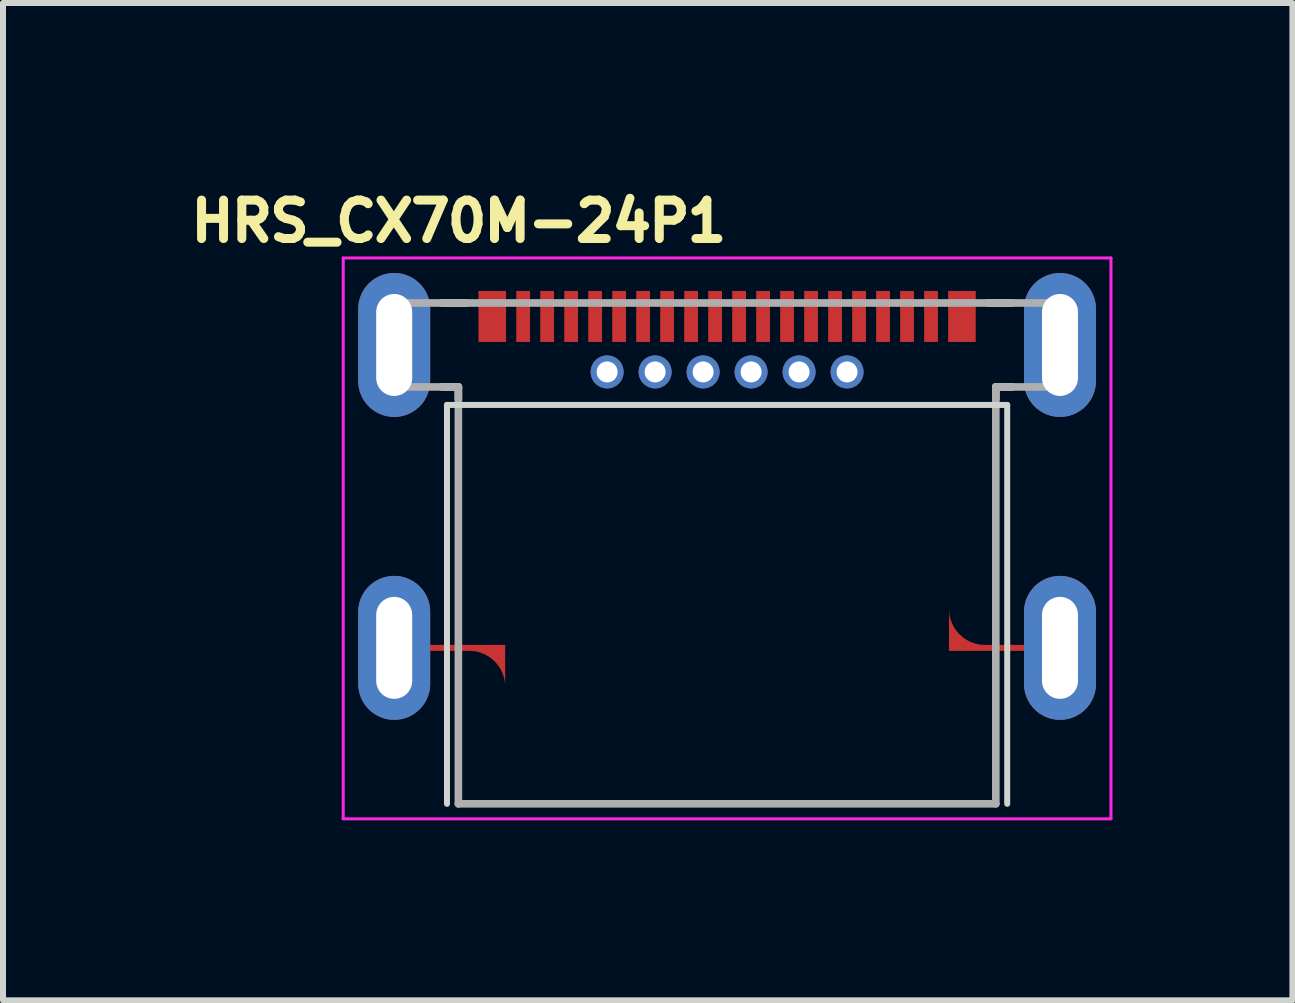
<source format=kicad_pcb>
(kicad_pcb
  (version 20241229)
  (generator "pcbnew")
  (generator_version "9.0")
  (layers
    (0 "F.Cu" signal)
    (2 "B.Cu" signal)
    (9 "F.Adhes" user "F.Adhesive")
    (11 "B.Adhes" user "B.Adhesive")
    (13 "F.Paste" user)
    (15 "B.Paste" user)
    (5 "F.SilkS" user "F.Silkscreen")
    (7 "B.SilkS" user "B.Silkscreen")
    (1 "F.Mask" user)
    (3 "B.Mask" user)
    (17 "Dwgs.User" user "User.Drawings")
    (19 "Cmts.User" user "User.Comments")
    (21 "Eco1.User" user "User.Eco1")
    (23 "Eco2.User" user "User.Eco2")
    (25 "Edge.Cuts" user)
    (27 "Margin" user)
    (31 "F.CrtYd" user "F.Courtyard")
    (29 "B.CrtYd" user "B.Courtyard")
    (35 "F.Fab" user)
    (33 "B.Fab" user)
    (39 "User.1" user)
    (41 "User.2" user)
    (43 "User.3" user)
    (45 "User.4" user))
  (footprint "HRS_CX70M-24P1"
    (layer "F.Cu")
    (at 9.072 7.97)
    (property "Reference" "HRS_CX70M-24P1" (at -4.473 -7.332 0) (layer "F.SilkS") (effects (font (size 0.641 0.641) (thickness 0.15))))
    (attr through_hole)
    (fp_poly (pts (xy -5.607 -1.519) (xy -4.75 -1.519) (xy -4.75 1.083) (xy -5.607 1.083)) (stroke (width 0.01) (type solid)) (fill yes) (layer "F.Mask"))
    (fp_poly (pts (xy 4.75 -1.519) (xy 5.55 -1.519) (xy 5.55 1.081) (xy 4.75 1.081)) (stroke (width 0.01) (type solid)) (fill yes) (layer "F.Mask"))
    (fp_line (start -4.75 -5.969) (end -4.35 -5.969) (stroke (width 0.127) (type solid)) (layer "F.SilkS"))
    (fp_line (start -4.75 -4.569) (end -4.48 -4.569) (stroke (width 0.127) (type solid)) (layer "F.SilkS"))
    (fp_line (start -4.48 -4.569) (end -4.48 -4.369) (stroke (width 0.127) (type solid)) (layer "F.SilkS"))
    (fp_line (start 4.35 -5.969) (end 4.75 -5.969) (stroke (width 0.127) (type solid)) (layer "F.SilkS"))
    (fp_line (start 4.48 -4.569) (end 4.48 -4.369) (stroke (width 0.127) (type solid)) (layer "F.SilkS"))
    (fp_line (start 4.75 -4.569) (end 4.48 -4.569) (stroke (width 0.127) (type solid)) (layer "F.SilkS"))
    (fp_poly (pts (xy -5.55 -1.419) (xy -4.85 -1.419) (xy -4.85 0.981) (xy -5.55 0.981) (xy -5.519 0.98) (xy -5.487 0.978) (xy -5.456 0.974) (xy -5.425 0.968) (xy -5.395 0.961) (xy -5.365 0.952) (xy -5.335 0.941) (xy -5.306 0.929) (xy -5.278 0.916) (xy -5.25 0.901) (xy -5.223 0.884) (xy -5.197 0.866) (xy -5.172 0.847) (xy -5.149 0.827) (xy -5.126 0.805) (xy -5.104 0.782) (xy -5.084 0.759) (xy -5.065 0.734) (xy -5.047 0.708) (xy -5.03 0.681) (xy -5.015 0.653) (xy -5.002 0.625) (xy -4.99 0.596) (xy -4.979 0.566) (xy -4.97 0.536) (xy -4.963 0.506) (xy -4.957 0.475) (xy -4.953 0.444) (xy -4.951 0.412) (xy -4.95 0.381) (xy -4.95 -0.819) (xy -4.951 -0.85) (xy -4.953 -0.882) (xy -4.957 -0.913) (xy -4.963 -0.944) (xy -4.97 -0.974) (xy -4.979 -1.004) (xy -4.99 -1.034) (xy -5.002 -1.063) (xy -5.015 -1.091) (xy -5.03 -1.119) (xy -5.047 -1.146) (xy -5.065 -1.172) (xy -5.084 -1.197) (xy -5.104 -1.22) (xy -5.126 -1.243) (xy -5.149 -1.265) (xy -5.172 -1.285) (xy -5.197 -1.304) (xy -5.223 -1.322) (xy -5.25 -1.339) (xy -5.278 -1.354) (xy -5.306 -1.367) (xy -5.335 -1.379) (xy -5.365 -1.39) (xy -5.395 -1.399) (xy -5.425 -1.406) (xy -5.456 -1.412) (xy -5.487 -1.416) (xy -5.519 -1.418) (xy -5.55 -1.419)) (stroke (width 0.0001) (type solid)) (fill yes) (layer "F.Paste"))
    (fp_poly (pts (xy 5.55 -1.419) (xy 4.85 -1.419) (xy 4.85 0.981) (xy 5.55 0.981) (xy 5.519 0.98) (xy 5.487 0.978) (xy 5.456 0.974) (xy 5.425 0.968) (xy 5.395 0.961) (xy 5.365 0.952) (xy 5.335 0.941) (xy 5.306 0.929) (xy 5.278 0.916) (xy 5.25 0.901) (xy 5.223 0.884) (xy 5.197 0.866) (xy 5.172 0.847) (xy 5.149 0.827) (xy 5.126 0.805) (xy 5.104 0.782) (xy 5.084 0.759) (xy 5.065 0.734) (xy 5.047 0.708) (xy 5.03 0.681) (xy 5.015 0.653) (xy 5.002 0.625) (xy 4.99 0.596) (xy 4.979 0.566) (xy 4.97 0.536) (xy 4.963 0.506) (xy 4.957 0.475) (xy 4.953 0.444) (xy 4.951 0.412) (xy 4.95 0.381) (xy 4.95 -0.819) (xy 4.951 -0.85) (xy 4.953 -0.882) (xy 4.957 -0.913) (xy 4.963 -0.944) (xy 4.97 -0.974) (xy 4.979 -1.004) (xy 4.99 -1.034) (xy 5.002 -1.063) (xy 5.015 -1.091) (xy 5.03 -1.119) (xy 5.047 -1.146) (xy 5.065 -1.172) (xy 5.084 -1.197) (xy 5.104 -1.22) (xy 5.126 -1.243) (xy 5.149 -1.265) (xy 5.172 -1.285) (xy 5.197 -1.304) (xy 5.223 -1.322) (xy 5.25 -1.339) (xy 5.278 -1.354) (xy 5.306 -1.367) (xy 5.335 -1.379) (xy 5.365 -1.39) (xy 5.395 -1.399) (xy 5.425 -1.406) (xy 5.456 -1.412) (xy 5.487 -1.416) (xy 5.519 -1.418) (xy 5.55 -1.419)) (stroke (width 0.0001) (type solid)) (fill yes) (layer "F.Paste"))
    (fp_line (start -4.67 -4.269) (end 4.67 -4.269) (stroke (width 0.1) (type solid)) (layer "Edge.Cuts"))
    (fp_line (start -4.67 2.381) (end -4.67 -4.269) (stroke (width 0.1) (type solid)) (layer "Edge.Cuts"))
    (fp_line (start 4.67 -4.269) (end 4.67 2.381) (stroke (width 0.1) (type solid)) (layer "Edge.Cuts"))
    (fp_line (start -6.4 -6.719) (end 6.4 -6.719) (stroke (width 0.05) (type solid)) (layer "F.CrtYd"))
    (fp_line (start -6.4 2.631) (end -6.4 -6.719) (stroke (width 0.05) (type solid)) (layer "F.CrtYd"))
    (fp_line (start 6.4 -6.719) (end 6.4 2.631) (stroke (width 0.05) (type solid)) (layer "F.CrtYd"))
    (fp_line (start 6.4 2.631) (end -6.4 2.631) (stroke (width 0.05) (type solid)) (layer "F.CrtYd"))
    (fp_line (start -5.7 -5.969) (end -5.7 -4.569) (stroke (width 0.127) (type solid)) (layer "F.Fab"))
    (fp_line (start -5.7 -5.969) (end 5.7 -5.969) (stroke (width 0.127) (type solid)) (layer "F.Fab"))
    (fp_line (start -5.7 -4.569) (end -4.48 -4.569) (stroke (width 0.127) (type solid)) (layer "F.Fab"))
    (fp_line (start -4.48 2.381) (end -4.48 -4.569) (stroke (width 0.127) (type solid)) (layer "F.Fab"))
    (fp_line (start 4.48 -4.569) (end 4.48 2.381) (stroke (width 0.127) (type solid)) (layer "F.Fab"))
    (fp_line (start 4.48 -4.569) (end 5.7 -4.569) (stroke (width 0.127) (type solid)) (layer "F.Fab"))
    (fp_line (start 4.48 2.381) (end -4.48 2.381) (stroke (width 0.127) (type solid)) (layer "F.Fab"))
    (fp_line (start 5.7 -5.969) (end 5.7 -4.569) (stroke (width 0.127) (type solid)) (layer "F.Fab"))
    (pad "A1" smd rect (at -2.2 -5.744 90) (size 0.85 0.23) (layers "F.Cu" "F.Mask" "F.Paste"))
    (pad "A2" smd rect (at -1.8 -5.744 90) (size 0.85 0.23) (layers "F.Cu" "F.Mask" "F.Paste"))
    (pad "A3" smd rect (at -1.4 -5.744 90) (size 0.85 0.23) (layers "F.Cu" "F.Mask" "F.Paste"))
    (pad "A4" smd rect (at -1 -5.744 90) (size 0.85 0.23) (layers "F.Cu" "F.Mask" "F.Paste"))
    (pad "A5" smd rect (at -0.6 -5.744 90) (size 0.85 0.23) (layers "F.Cu" "F.Mask" "F.Paste"))
    (pad "A6" smd rect (at -0.2 -5.744 90) (size 0.85 0.23) (layers "F.Cu" "F.Mask" "F.Paste"))
    (pad "A7" smd rect (at 0.2 -5.744 90) (size 0.85 0.23) (layers "F.Cu" "F.Mask" "F.Paste"))
    (pad "A8" smd rect (at 0.6 -5.744 90) (size 0.85 0.23) (layers "F.Cu" "F.Mask" "F.Paste"))
    (pad "A9" smd rect (at 1 -5.744 90) (size 0.85 0.23) (layers "F.Cu" "F.Mask" "F.Paste"))
    (pad "A10" smd rect (at 1.4 -5.744 90) (size 0.85 0.23) (layers "F.Cu" "F.Mask" "F.Paste"))
    (pad "A11" smd rect (at 1.8 -5.744 90) (size 0.85 0.23) (layers "F.Cu" "F.Mask" "F.Paste"))
    (pad "A12" smd rect (at 2.2 -5.744 90) (size 0.85 0.23) (layers "F.Cu" "F.Mask" "F.Paste"))
    (pad "B1" smd rect (at 3.4 -5.744 90) (size 0.85 0.23) (layers "F.Cu" "F.Mask" "F.Paste"))
    (pad "B2" smd rect (at 3 -5.744 90) (size 0.85 0.23) (layers "F.Cu" "F.Mask" "F.Paste"))
    (pad "B3" smd rect (at 2.6 -5.744 90) (size 0.85 0.23) (layers "F.Cu" "F.Mask" "F.Paste"))
    (pad "B4" thru_hole circle (at 2 -4.819) (size 0.55 0.55) (drill 0.35) (layers "*.Cu" "*.Mask"))
    (pad "B5" thru_hole circle (at 1.2 -4.819) (size 0.55 0.55) (drill 0.35) (layers "*.Cu" "*.Mask"))
    (pad "B6" thru_hole circle (at 0.4 -4.819) (size 0.55 0.55) (drill 0.35) (layers "*.Cu" "*.Mask"))
    (pad "B7" thru_hole circle (at -0.4 -4.819) (size 0.55 0.55) (drill 0.35) (layers "*.Cu" "*.Mask"))
    (pad "B8" thru_hole circle (at -1.2 -4.819) (size 0.55 0.55) (drill 0.35) (layers "*.Cu" "*.Mask"))
    (pad "B9" thru_hole circle (at -2 -4.819) (size 0.55 0.55) (drill 0.35) (layers "*.Cu" "*.Mask"))
    (pad "B10" smd rect (at -2.6 -5.744 90) (size 0.85 0.23) (layers "F.Cu" "F.Mask" "F.Paste"))
    (pad "B11" smd rect (at -3 -5.744 90) (size 0.85 0.23) (layers "F.Cu" "F.Mask" "F.Paste"))
    (pad "B12" smd rect (at -3.4 -5.744 90) (size 0.85 0.23) (layers "F.Cu" "F.Mask" "F.Paste"))
    (pad "S1" thru_hole oval (at -5.55 -5.269) (size 1.2 2.4) (drill oval 0.6 1.7) (layers "*.Cu" "*.Mask"))
    (pad "S2" smd rect (at -3.915 -5.744 90) (size 0.85 0.46) (layers "F.Cu" "F.Mask" "F.Paste"))
    (pad "S3" smd rect (at 3.915 -5.744 90) (size 0.85 0.46) (layers "F.Cu" "F.Mask" "F.Paste"))
    (pad "S4" thru_hole oval (at 5.55 -5.269) (size 1.2 2.4) (drill oval 0.6 1.7) (layers "*.Cu" "*.Mask"))
    (pad "S5" thru_hole oval (at -5.55 -0.219) (size 1.2 2.4) (drill oval 0.6 1.7) (layers "*.Cu" "*.Mask"))
    (pad "S5.1" smd custom (at -4.9 -0.219 90) (size 0.1 0.1) (layers "F.Cu") (options (anchor rect)) (primitives (gr_poly (pts (xy -0.65 -1.2) (xy 0.05 -1.2) (xy 0.05 1.2) (xy -0.65 1.2) (xy -0.619 1.199) (xy -0.587 1.197) (xy -0.556 1.193) (xy -0.525 1.187) (xy -0.495 1.18) (xy -0.465 1.171) (xy -0.435 1.16) (xy -0.406 1.148) (xy -0.378 1.135) (xy -0.35 1.12) (xy -0.323 1.103) (xy -0.297 1.085) (xy -0.272 1.066) (xy -0.249 1.046) (xy -0.226 1.024) (xy -0.204 1.001) (xy -0.184 0.978) (xy -0.165 0.953) (xy -0.147 0.927) (xy -0.13 0.9) (xy -0.115 0.872) (xy -0.102 0.844) (xy -0.09 0.815) (xy -0.079 0.785) (xy -0.07 0.755) (xy -0.063 0.725) (xy -0.057 0.694) (xy -0.053 0.663) (xy -0.051 0.631) (xy -0.05 0.6) (xy -0.05 -0.6) (xy -0.051 -0.631) (xy -0.053 -0.663) (xy -0.057 -0.694) (xy -0.063 -0.725) (xy -0.07 -0.755) (xy -0.079 -0.785) (xy -0.09 -0.815) (xy -0.102 -0.844) (xy -0.115 -0.872) (xy -0.13 -0.9) (xy -0.147 -0.927) (xy -0.165 -0.953) (xy -0.184 -0.978) (xy -0.204 -1.001) (xy -0.226 -1.024) (xy -0.249 -1.046) (xy -0.272 -1.066) (xy -0.297 -1.085) (xy -0.323 -1.103) (xy -0.35 -1.12) (xy -0.378 -1.135) (xy -0.406 -1.148) (xy -0.435 -1.16) (xy -0.465 -1.171) (xy -0.495 -1.18) (xy -0.525 -1.187) (xy -0.556 -1.193) (xy -0.587 -1.197) (xy -0.619 -1.199) (xy -0.65 -1.2)) (width 0.0001) (fill yes))))
    (pad "S6" thru_hole oval (at 5.55 -0.219) (size 1.2 2.4) (drill oval 0.6 1.7) (layers "*.Cu" "*.Mask"))
    (pad "S6.1" smd custom (at 4.9 -0.219 90) (size 0.1 0.1) (layers "F.Cu") (options (anchor rect)) (primitives (gr_poly (pts (xy 0.65 -1.2) (xy -0.05 -1.2) (xy -0.05 1.2) (xy 0.65 1.2) (xy 0.619 1.199) (xy 0.587 1.197) (xy 0.556 1.193) (xy 0.525 1.187) (xy 0.495 1.18) (xy 0.465 1.171) (xy 0.435 1.16) (xy 0.406 1.148) (xy 0.378 1.135) (xy 0.35 1.12) (xy 0.323 1.103) (xy 0.297 1.085) (xy 0.272 1.066) (xy 0.249 1.046) (xy 0.226 1.024) (xy 0.204 1.001) (xy 0.184 0.978) (xy 0.165 0.953) (xy 0.147 0.927) (xy 0.13 0.9) (xy 0.115 0.872) (xy 0.102 0.844) (xy 0.09 0.815) (xy 0.079 0.785) (xy 0.07 0.755) (xy 0.063 0.725) (xy 0.057 0.694) (xy 0.053 0.663) (xy 0.051 0.631) (xy 0.05 0.6) (xy 0.05 -0.6) (xy 0.051 -0.631) (xy 0.053 -0.663) (xy 0.057 -0.694) (xy 0.063 -0.725) (xy 0.07 -0.755) (xy 0.079 -0.785) (xy 0.09 -0.815) (xy 0.102 -0.844) (xy 0.115 -0.872) (xy 0.13 -0.9) (xy 0.147 -0.927) (xy 0.165 -0.953) (xy 0.184 -0.978) (xy 0.204 -1.001) (xy 0.226 -1.024) (xy 0.249 -1.046) (xy 0.272 -1.066) (xy 0.297 -1.085) (xy 0.323 -1.103) (xy 0.35 -1.12) (xy 0.378 -1.135) (xy 0.406 -1.148) (xy 0.435 -1.16) (xy 0.465 -1.171) (xy 0.495 -1.18) (xy 0.525 -1.187) (xy 0.556 -1.193) (xy 0.587 -1.197) (xy 0.619 -1.199) (xy 0.65 -1.2)) (width 0.0001) (fill yes)))))
  (gr_rect
    (start -3 -3)
    (end 18.497 13.627)
    (stroke (width 0.1) (type default))
    (fill no)
    (layer "Edge.Cuts")))
</source>
